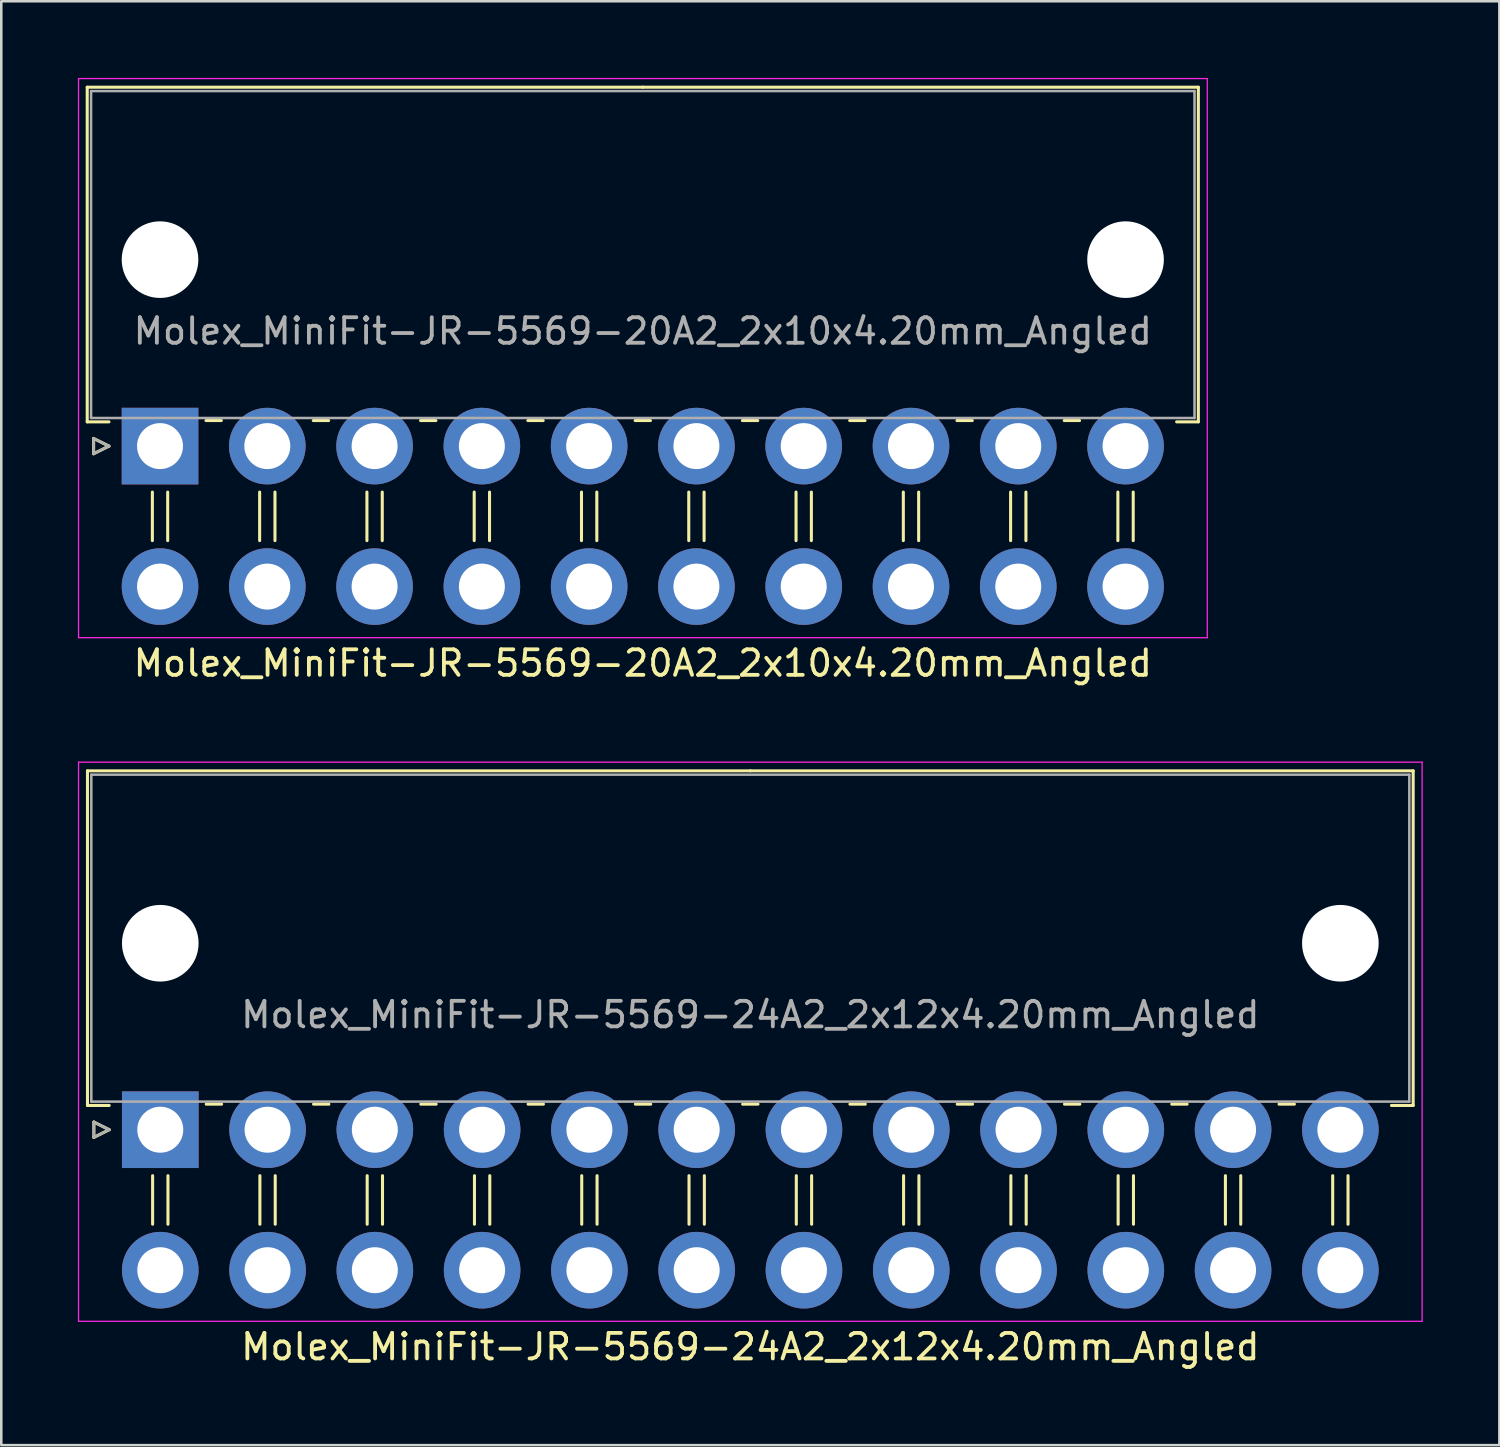
<source format=kicad_pcb>
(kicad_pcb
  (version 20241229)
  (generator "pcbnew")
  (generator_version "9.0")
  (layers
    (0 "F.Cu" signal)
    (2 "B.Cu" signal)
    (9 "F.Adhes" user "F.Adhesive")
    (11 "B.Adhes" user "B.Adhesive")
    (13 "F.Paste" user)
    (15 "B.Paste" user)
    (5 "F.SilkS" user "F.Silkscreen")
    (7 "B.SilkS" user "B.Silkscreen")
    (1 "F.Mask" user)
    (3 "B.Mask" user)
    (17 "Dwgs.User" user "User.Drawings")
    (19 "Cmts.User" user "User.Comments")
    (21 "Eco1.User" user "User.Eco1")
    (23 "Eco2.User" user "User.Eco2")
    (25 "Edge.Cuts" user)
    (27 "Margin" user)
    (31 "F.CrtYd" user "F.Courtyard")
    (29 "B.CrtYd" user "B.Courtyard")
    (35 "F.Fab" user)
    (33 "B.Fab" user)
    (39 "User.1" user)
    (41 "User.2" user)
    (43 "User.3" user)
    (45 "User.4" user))
  (footprint "Molex_MiniFit-JR-5569-24A2_2x12x4.20mm_Angled"
    (layer "F.Cu")
    (at 3.225 41.178)
    (property "Reference" "Molex_MiniFit-JR-5569-24A2_2x12x4.20mm_Angled" (at 23.1 8.5 0) (layer "F.SilkS") (effects (font (size 1 1) (thickness 0.15))))
    (attr through_hole)
    (fp_line (start -2.85 -14.05) (end 23.1 -14.05) (stroke (width 0.12) (type solid)) (layer "F.SilkS"))
    (fp_line (start -2.85 -0.95) (end -2.85 -14.05) (stroke (width 0.12) (type solid)) (layer "F.SilkS"))
    (fp_line (start -2.6 -0.3) (end -2 0) (stroke (width 0.12) (type solid)) (layer "F.SilkS"))
    (fp_line (start -2.6 0.3) (end -2.6 -0.3) (stroke (width 0.12) (type solid)) (layer "F.SilkS"))
    (fp_line (start -2 -0.95) (end -2.85 -0.95) (stroke (width 0.12) (type solid)) (layer "F.SilkS"))
    (fp_line (start -2 0) (end -2.6 0.3) (stroke (width 0.12) (type solid)) (layer "F.SilkS"))
    (fp_line (start -0.3 1.8) (end -0.3 3.7) (stroke (width 0.12) (type solid)) (layer "F.SilkS"))
    (fp_line (start 0.3 1.8) (end 0.3 3.7) (stroke (width 0.12) (type solid)) (layer "F.SilkS"))
    (fp_line (start 1.8 -1) (end 2.4 -1) (stroke (width 0.12) (type solid)) (layer "F.SilkS"))
    (fp_line (start 3.9 1.8) (end 3.9 3.7) (stroke (width 0.12) (type solid)) (layer "F.SilkS"))
    (fp_line (start 4.5 1.8) (end 4.5 3.7) (stroke (width 0.12) (type solid)) (layer "F.SilkS"))
    (fp_line (start 6 -1) (end 6.6 -1) (stroke (width 0.12) (type solid)) (layer "F.SilkS"))
    (fp_line (start 8.1 1.8) (end 8.1 3.7) (stroke (width 0.12) (type solid)) (layer "F.SilkS"))
    (fp_line (start 8.7 1.8) (end 8.7 3.7) (stroke (width 0.12) (type solid)) (layer "F.SilkS"))
    (fp_line (start 10.2 -1) (end 10.8 -1) (stroke (width 0.12) (type solid)) (layer "F.SilkS"))
    (fp_line (start 12.3 1.8) (end 12.3 3.7) (stroke (width 0.12) (type solid)) (layer "F.SilkS"))
    (fp_line (start 12.9 1.8) (end 12.9 3.7) (stroke (width 0.12) (type solid)) (layer "F.SilkS"))
    (fp_line (start 14.4 -1) (end 15 -1) (stroke (width 0.12) (type solid)) (layer "F.SilkS"))
    (fp_line (start 16.5 1.8) (end 16.5 3.7) (stroke (width 0.12) (type solid)) (layer "F.SilkS"))
    (fp_line (start 17.1 1.8) (end 17.1 3.7) (stroke (width 0.12) (type solid)) (layer "F.SilkS"))
    (fp_line (start 18.6 -1) (end 19.2 -1) (stroke (width 0.12) (type solid)) (layer "F.SilkS"))
    (fp_line (start 20.7 1.8) (end 20.7 3.7) (stroke (width 0.12) (type solid)) (layer "F.SilkS"))
    (fp_line (start 21.3 1.8) (end 21.3 3.7) (stroke (width 0.12) (type solid)) (layer "F.SilkS"))
    (fp_line (start 22.8 -1) (end 23.4 -1) (stroke (width 0.12) (type solid)) (layer "F.SilkS"))
    (fp_line (start 24.9 1.8) (end 24.9 3.7) (stroke (width 0.12) (type solid)) (layer "F.SilkS"))
    (fp_line (start 25.5 1.8) (end 25.5 3.7) (stroke (width 0.12) (type solid)) (layer "F.SilkS"))
    (fp_line (start 27 -1) (end 27.6 -1) (stroke (width 0.12) (type solid)) (layer "F.SilkS"))
    (fp_line (start 29.1 1.8) (end 29.1 3.7) (stroke (width 0.12) (type solid)) (layer "F.SilkS"))
    (fp_line (start 29.7 1.8) (end 29.7 3.7) (stroke (width 0.12) (type solid)) (layer "F.SilkS"))
    (fp_line (start 31.2 -1) (end 31.8 -1) (stroke (width 0.12) (type solid)) (layer "F.SilkS"))
    (fp_line (start 33.3 1.8) (end 33.3 3.7) (stroke (width 0.12) (type solid)) (layer "F.SilkS"))
    (fp_line (start 33.9 1.8) (end 33.9 3.7) (stroke (width 0.12) (type solid)) (layer "F.SilkS"))
    (fp_line (start 35.4 -1) (end 36 -1) (stroke (width 0.12) (type solid)) (layer "F.SilkS"))
    (fp_line (start 37.5 1.8) (end 37.5 3.7) (stroke (width 0.12) (type solid)) (layer "F.SilkS"))
    (fp_line (start 38.1 1.8) (end 38.1 3.7) (stroke (width 0.12) (type solid)) (layer "F.SilkS"))
    (fp_line (start 39.6 -1) (end 40.2 -1) (stroke (width 0.12) (type solid)) (layer "F.SilkS"))
    (fp_line (start 41.7 1.8) (end 41.7 3.7) (stroke (width 0.12) (type solid)) (layer "F.SilkS"))
    (fp_line (start 42.3 1.8) (end 42.3 3.7) (stroke (width 0.12) (type solid)) (layer "F.SilkS"))
    (fp_line (start 43.8 -1) (end 44.4 -1) (stroke (width 0.12) (type solid)) (layer "F.SilkS"))
    (fp_line (start 45.9 1.8) (end 45.9 3.7) (stroke (width 0.12) (type solid)) (layer "F.SilkS"))
    (fp_line (start 46.5 1.8) (end 46.5 3.7) (stroke (width 0.12) (type solid)) (layer "F.SilkS"))
    (fp_line (start 48.2 -0.95) (end 49.05 -0.95) (stroke (width 0.12) (type solid)) (layer "F.SilkS"))
    (fp_line (start 49.05 -14.05) (end 23.1 -14.05) (stroke (width 0.12) (type solid)) (layer "F.SilkS"))
    (fp_line (start 49.05 -0.95) (end 49.05 -14.05) (stroke (width 0.12) (type solid)) (layer "F.SilkS"))
    (fp_line (start -3.2 -14.39) (end -3.2 7.5) (stroke (width 0.05) (type solid)) (layer "F.CrtYd"))
    (fp_line (start -3.2 7.5) (end 49.4 7.5) (stroke (width 0.05) (type solid)) (layer "F.CrtYd"))
    (fp_line (start 49.4 -14.39) (end -3.2 -14.39) (stroke (width 0.05) (type solid)) (layer "F.CrtYd"))
    (fp_line (start 49.4 7.5) (end 49.4 -14.39) (stroke (width 0.05) (type solid)) (layer "F.CrtYd"))
    (fp_line (start -2.7 -13.9) (end -2.7 -1.1) (stroke (width 0.1) (type solid)) (layer "F.Fab"))
    (fp_line (start -2.7 -1.1) (end 48.9 -1.1) (stroke (width 0.1) (type solid)) (layer "F.Fab"))
    (fp_line (start -2.6 -0.3) (end -2 0) (stroke (width 0.1) (type solid)) (layer "F.Fab"))
    (fp_line (start -2.6 0.3) (end -2.6 -0.3) (stroke (width 0.1) (type solid)) (layer "F.Fab"))
    (fp_line (start -2 0) (end -2.6 0.3) (stroke (width 0.1) (type solid)) (layer "F.Fab"))
    (fp_line (start 48.9 -13.9) (end -2.7 -13.9) (stroke (width 0.1) (type solid)) (layer "F.Fab"))
    (fp_line (start 48.9 -1.1) (end 48.9 -13.9) (stroke (width 0.1) (type solid)) (layer "F.Fab"))
    (fp_text user "${REFERENCE}" (at 23.1 -4.5 0) (layer "F.Fab") (effects (font (size 1 1) (thickness 0.15))))
    (pad "" np_thru_hole circle (at 0 -7.3) (size 3 3) (drill 3) (layers "*.Cu" "*.Mask"))
    (pad "" np_thru_hole circle (at 46.2 -7.3) (size 3 3) (drill 3) (layers "*.Cu" "*.Mask"))
    (pad "1" thru_hole rect (at 0 0) (size 3 3) (drill 1.8) (layers "*.Cu" "*.Mask"))
    (pad "2" thru_hole circle (at 4.2 0) (size 3 3) (drill 1.8) (layers "*.Cu" "*.Mask"))
    (pad "3" thru_hole circle (at 8.4 0) (size 3 3) (drill 1.8) (layers "*.Cu" "*.Mask"))
    (pad "4" thru_hole circle (at 12.6 0) (size 3 3) (drill 1.8) (layers "*.Cu" "*.Mask"))
    (pad "5" thru_hole circle (at 16.8 0) (size 3 3) (drill 1.8) (layers "*.Cu" "*.Mask"))
    (pad "6" thru_hole circle (at 21 0) (size 3 3) (drill 1.8) (layers "*.Cu" "*.Mask"))
    (pad "7" thru_hole circle (at 25.2 0) (size 3 3) (drill 1.8) (layers "*.Cu" "*.Mask"))
    (pad "8" thru_hole circle (at 29.4 0) (size 3 3) (drill 1.8) (layers "*.Cu" "*.Mask"))
    (pad "9" thru_hole circle (at 33.6 0) (size 3 3) (drill 1.8) (layers "*.Cu" "*.Mask"))
    (pad "10" thru_hole circle (at 37.8 0) (size 3 3) (drill 1.8) (layers "*.Cu" "*.Mask"))
    (pad "11" thru_hole circle (at 42 0) (size 3 3) (drill 1.8) (layers "*.Cu" "*.Mask"))
    (pad "12" thru_hole circle (at 46.2 0) (size 3 3) (drill 1.8) (layers "*.Cu" "*.Mask"))
    (pad "13" thru_hole circle (at 0 5.5) (size 3 3) (drill 1.8) (layers "*.Cu" "*.Mask"))
    (pad "14" thru_hole circle (at 4.2 5.5) (size 3 3) (drill 1.8) (layers "*.Cu" "*.Mask"))
    (pad "15" thru_hole circle (at 8.4 5.5) (size 3 3) (drill 1.8) (layers "*.Cu" "*.Mask"))
    (pad "16" thru_hole circle (at 12.6 5.5) (size 3 3) (drill 1.8) (layers "*.Cu" "*.Mask"))
    (pad "17" thru_hole circle (at 16.8 5.5) (size 3 3) (drill 1.8) (layers "*.Cu" "*.Mask"))
    (pad "18" thru_hole circle (at 21 5.5) (size 3 3) (drill 1.8) (layers "*.Cu" "*.Mask"))
    (pad "19" thru_hole circle (at 25.2 5.5) (size 3 3) (drill 1.8) (layers "*.Cu" "*.Mask"))
    (pad "20" thru_hole circle (at 29.4 5.5) (size 3 3) (drill 1.8) (layers "*.Cu" "*.Mask"))
    (pad "21" thru_hole circle (at 33.6 5.5) (size 3 3) (drill 1.8) (layers "*.Cu" "*.Mask"))
    (pad "22" thru_hole circle (at 37.8 5.5) (size 3 3) (drill 1.8) (layers "*.Cu" "*.Mask"))
    (pad "23" thru_hole circle (at 42 5.5) (size 3 3) (drill 1.8) (layers "*.Cu" "*.Mask"))
    (pad "24" thru_hole circle (at 46.2 5.5) (size 3 3) (drill 1.8) (layers "*.Cu" "*.Mask")))
  (footprint "Molex_MiniFit-JR-5569-20A2_2x10x4.20mm_Angled"
    (layer "F.Cu")
    (at 3.215 14.415)
    (property "Reference" "Molex_MiniFit-JR-5569-20A2_2x10x4.20mm_Angled" (at 18.9 8.5 0) (layer "F.SilkS") (effects (font (size 1 1) (thickness 0.15))))
    (attr through_hole)
    (fp_line (start -2.85 -14.05) (end 18.9 -14.05) (stroke (width 0.12) (type solid)) (layer "F.SilkS"))
    (fp_line (start -2.85 -0.95) (end -2.85 -14.05) (stroke (width 0.12) (type solid)) (layer "F.SilkS"))
    (fp_line (start -2.6 -0.3) (end -2 0) (stroke (width 0.12) (type solid)) (layer "F.SilkS"))
    (fp_line (start -2.6 0.3) (end -2.6 -0.3) (stroke (width 0.12) (type solid)) (layer "F.SilkS"))
    (fp_line (start -2 -0.95) (end -2.85 -0.95) (stroke (width 0.12) (type solid)) (layer "F.SilkS"))
    (fp_line (start -2 0) (end -2.6 0.3) (stroke (width 0.12) (type solid)) (layer "F.SilkS"))
    (fp_line (start -0.3 1.8) (end -0.3 3.7) (stroke (width 0.12) (type solid)) (layer "F.SilkS"))
    (fp_line (start 0.3 1.8) (end 0.3 3.7) (stroke (width 0.12) (type solid)) (layer "F.SilkS"))
    (fp_line (start 1.8 -1) (end 2.4 -1) (stroke (width 0.12) (type solid)) (layer "F.SilkS"))
    (fp_line (start 3.9 1.8) (end 3.9 3.7) (stroke (width 0.12) (type solid)) (layer "F.SilkS"))
    (fp_line (start 4.5 1.8) (end 4.5 3.7) (stroke (width 0.12) (type solid)) (layer "F.SilkS"))
    (fp_line (start 6 -1) (end 6.6 -1) (stroke (width 0.12) (type solid)) (layer "F.SilkS"))
    (fp_line (start 8.1 1.8) (end 8.1 3.7) (stroke (width 0.12) (type solid)) (layer "F.SilkS"))
    (fp_line (start 8.7 1.8) (end 8.7 3.7) (stroke (width 0.12) (type solid)) (layer "F.SilkS"))
    (fp_line (start 10.2 -1) (end 10.8 -1) (stroke (width 0.12) (type solid)) (layer "F.SilkS"))
    (fp_line (start 12.3 1.8) (end 12.3 3.7) (stroke (width 0.12) (type solid)) (layer "F.SilkS"))
    (fp_line (start 12.9 1.8) (end 12.9 3.7) (stroke (width 0.12) (type solid)) (layer "F.SilkS"))
    (fp_line (start 14.4 -1) (end 15 -1) (stroke (width 0.12) (type solid)) (layer "F.SilkS"))
    (fp_line (start 16.5 1.8) (end 16.5 3.7) (stroke (width 0.12) (type solid)) (layer "F.SilkS"))
    (fp_line (start 17.1 1.8) (end 17.1 3.7) (stroke (width 0.12) (type solid)) (layer "F.SilkS"))
    (fp_line (start 18.6 -1) (end 19.2 -1) (stroke (width 0.12) (type solid)) (layer "F.SilkS"))
    (fp_line (start 20.7 1.8) (end 20.7 3.7) (stroke (width 0.12) (type solid)) (layer "F.SilkS"))
    (fp_line (start 21.3 1.8) (end 21.3 3.7) (stroke (width 0.12) (type solid)) (layer "F.SilkS"))
    (fp_line (start 22.8 -1) (end 23.4 -1) (stroke (width 0.12) (type solid)) (layer "F.SilkS"))
    (fp_line (start 24.9 1.8) (end 24.9 3.7) (stroke (width 0.12) (type solid)) (layer "F.SilkS"))
    (fp_line (start 25.5 1.8) (end 25.5 3.7) (stroke (width 0.12) (type solid)) (layer "F.SilkS"))
    (fp_line (start 27 -1) (end 27.6 -1) (stroke (width 0.12) (type solid)) (layer "F.SilkS"))
    (fp_line (start 29.1 1.8) (end 29.1 3.7) (stroke (width 0.12) (type solid)) (layer "F.SilkS"))
    (fp_line (start 29.7 1.8) (end 29.7 3.7) (stroke (width 0.12) (type solid)) (layer "F.SilkS"))
    (fp_line (start 31.2 -1) (end 31.8 -1) (stroke (width 0.12) (type solid)) (layer "F.SilkS"))
    (fp_line (start 33.3 1.8) (end 33.3 3.7) (stroke (width 0.12) (type solid)) (layer "F.SilkS"))
    (fp_line (start 33.9 1.8) (end 33.9 3.7) (stroke (width 0.12) (type solid)) (layer "F.SilkS"))
    (fp_line (start 35.4 -1) (end 36 -1) (stroke (width 0.12) (type solid)) (layer "F.SilkS"))
    (fp_line (start 37.5 1.8) (end 37.5 3.7) (stroke (width 0.12) (type solid)) (layer "F.SilkS"))
    (fp_line (start 38.1 1.8) (end 38.1 3.7) (stroke (width 0.12) (type solid)) (layer "F.SilkS"))
    (fp_line (start 39.8 -0.95) (end 40.65 -0.95) (stroke (width 0.12) (type solid)) (layer "F.SilkS"))
    (fp_line (start 40.65 -14.05) (end 18.9 -14.05) (stroke (width 0.12) (type solid)) (layer "F.SilkS"))
    (fp_line (start 40.65 -0.95) (end 40.65 -14.05) (stroke (width 0.12) (type solid)) (layer "F.SilkS"))
    (fp_line (start -3.19 -14.39) (end -3.19 7.5) (stroke (width 0.05) (type solid)) (layer "F.CrtYd"))
    (fp_line (start -3.19 7.5) (end 41 7.5) (stroke (width 0.05) (type solid)) (layer "F.CrtYd"))
    (fp_line (start 41 -14.39) (end -3.19 -14.39) (stroke (width 0.05) (type solid)) (layer "F.CrtYd"))
    (fp_line (start 41 7.5) (end 41 -14.39) (stroke (width 0.05) (type solid)) (layer "F.CrtYd"))
    (fp_line (start -2.7 -13.9) (end -2.7 -1.1) (stroke (width 0.1) (type solid)) (layer "F.Fab"))
    (fp_line (start -2.7 -1.1) (end 40.5 -1.1) (stroke (width 0.1) (type solid)) (layer "F.Fab"))
    (fp_line (start -2.6 -0.3) (end -2 0) (stroke (width 0.1) (type solid)) (layer "F.Fab"))
    (fp_line (start -2.6 0.3) (end -2.6 -0.3) (stroke (width 0.1) (type solid)) (layer "F.Fab"))
    (fp_line (start -2 0) (end -2.6 0.3) (stroke (width 0.1) (type solid)) (layer "F.Fab"))
    (fp_line (start 40.5 -13.9) (end -2.7 -13.9) (stroke (width 0.1) (type solid)) (layer "F.Fab"))
    (fp_line (start 40.5 -1.1) (end 40.5 -13.9) (stroke (width 0.1) (type solid)) (layer "F.Fab"))
    (fp_text user "${REFERENCE}" (at 18.9 -4.5 0) (layer "F.Fab") (effects (font (size 1 1) (thickness 0.15))))
    (pad "" np_thru_hole circle (at 0 -7.3) (size 3 3) (drill 3) (layers "*.Cu" "*.Mask"))
    (pad "" np_thru_hole circle (at 37.8 -7.3) (size 3 3) (drill 3) (layers "*.Cu" "*.Mask"))
    (pad "1" thru_hole rect (at 0 0) (size 3 3) (drill 1.8) (layers "*.Cu" "*.Mask"))
    (pad "2" thru_hole circle (at 4.2 0) (size 3 3) (drill 1.8) (layers "*.Cu" "*.Mask"))
    (pad "3" thru_hole circle (at 8.4 0) (size 3 3) (drill 1.8) (layers "*.Cu" "*.Mask"))
    (pad "4" thru_hole circle (at 12.6 0) (size 3 3) (drill 1.8) (layers "*.Cu" "*.Mask"))
    (pad "5" thru_hole circle (at 16.8 0) (size 3 3) (drill 1.8) (layers "*.Cu" "*.Mask"))
    (pad "6" thru_hole circle (at 21 0) (size 3 3) (drill 1.8) (layers "*.Cu" "*.Mask"))
    (pad "7" thru_hole circle (at 25.2 0) (size 3 3) (drill 1.8) (layers "*.Cu" "*.Mask"))
    (pad "8" thru_hole circle (at 29.4 0) (size 3 3) (drill 1.8) (layers "*.Cu" "*.Mask"))
    (pad "9" thru_hole circle (at 33.6 0) (size 3 3) (drill 1.8) (layers "*.Cu" "*.Mask"))
    (pad "10" thru_hole circle (at 37.8 0) (size 3 3) (drill 1.8) (layers "*.Cu" "*.Mask"))
    (pad "11" thru_hole circle (at 0 5.5) (size 3 3) (drill 1.8) (layers "*.Cu" "*.Mask"))
    (pad "12" thru_hole circle (at 4.2 5.5) (size 3 3) (drill 1.8) (layers "*.Cu" "*.Mask"))
    (pad "13" thru_hole circle (at 8.4 5.5) (size 3 3) (drill 1.8) (layers "*.Cu" "*.Mask"))
    (pad "14" thru_hole circle (at 12.6 5.5) (size 3 3) (drill 1.8) (layers "*.Cu" "*.Mask"))
    (pad "15" thru_hole circle (at 16.8 5.5) (size 3 3) (drill 1.8) (layers "*.Cu" "*.Mask"))
    (pad "16" thru_hole circle (at 21 5.5) (size 3 3) (drill 1.8) (layers "*.Cu" "*.Mask"))
    (pad "17" thru_hole circle (at 25.2 5.5) (size 3 3) (drill 1.8) (layers "*.Cu" "*.Mask"))
    (pad "18" thru_hole circle (at 29.4 5.5) (size 3 3) (drill 1.8) (layers "*.Cu" "*.Mask"))
    (pad "19" thru_hole circle (at 33.6 5.5) (size 3 3) (drill 1.8) (layers "*.Cu" "*.Mask"))
    (pad "20" thru_hole circle (at 37.8 5.5) (size 3 3) (drill 1.8) (layers "*.Cu" "*.Mask")))
  (gr_rect
    (start -3 -3)
    (end 55.65 53.526)
    (stroke (width 0.1) (type default))
    (fill no)
    (layer "Edge.Cuts")))
</source>
